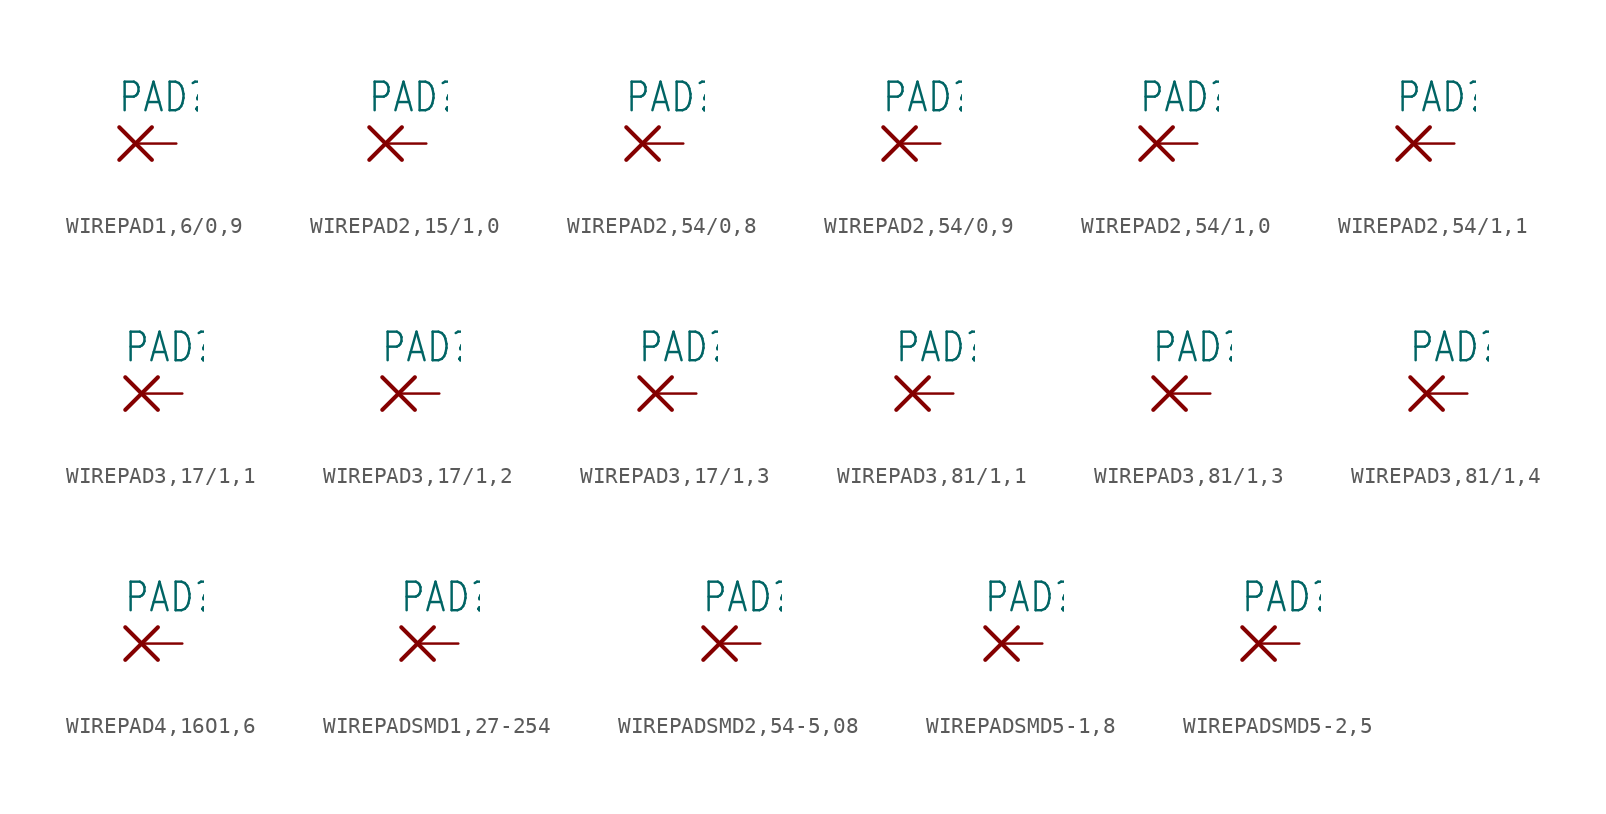
<source format=kicad_sym>
(kicad_symbol_lib
  (version 20220914)
  (generator kicad_symbol_editor)
  (symbol "WIREPAD1,6/0,9"
    (property "Reference" "PAD"
      (at -1.143 1.854 0)
      (effects (font (size 1.778 1.511)) (justify left bottom)))
    (property "Value" ""
      (at -1.143 -3.302 0)
      (effects (font (size 1.778 1.511)) (justify left bottom)))
    (property "ki_locked" ""
      (at 0 0 0)
      (effects (font (size 1.27 1.27))))
    (symbol "WIREPAD1,6/0,9_1_0"
      (polyline (pts (xy -1.016 -1.016) (xy 1.016 1.016)) (stroke (width 0.254) (type solid)) (fill (type none)))
      (polyline (pts (xy -1.016 1.016) (xy 1.016 -1.016)) (stroke (width 0.254) (type solid)) (fill (type none)))
      (pin passive line (at 2.54 0 180) (length 2.54) (name "P" (effects (font (size 0 0)))) (number "1" (effects (font (size 0 0)))))))
  (symbol "WIREPAD2,15/1,0"
    (property "Reference" "PAD"
      (at -1.143 1.854 0)
      (effects (font (size 1.778 1.511)) (justify left bottom)))
    (property "Value" ""
      (at -1.143 -3.302 0)
      (effects (font (size 1.778 1.511)) (justify left bottom)))
    (property "ki_locked" ""
      (at 0 0 0)
      (effects (font (size 1.27 1.27))))
    (symbol "WIREPAD2,15/1,0_1_0"
      (polyline (pts (xy -1.016 -1.016) (xy 1.016 1.016)) (stroke (width 0.254) (type solid)) (fill (type none)))
      (polyline (pts (xy -1.016 1.016) (xy 1.016 -1.016)) (stroke (width 0.254) (type solid)) (fill (type none)))
      (pin passive line (at 2.54 0 180) (length 2.54) (name "P" (effects (font (size 0 0)))) (number "1" (effects (font (size 0 0)))))))
  (symbol "WIREPAD2,54/0,8"
    (property "Reference" "PAD"
      (at -1.143 1.854 0)
      (effects (font (size 1.778 1.511)) (justify left bottom)))
    (property "Value" ""
      (at -1.143 -3.302 0)
      (effects (font (size 1.778 1.511)) (justify left bottom)))
    (property "ki_locked" ""
      (at 0 0 0)
      (effects (font (size 1.27 1.27))))
    (symbol "WIREPAD2,54/0,8_1_0"
      (polyline (pts (xy -1.016 -1.016) (xy 1.016 1.016)) (stroke (width 0.254) (type solid)) (fill (type none)))
      (polyline (pts (xy -1.016 1.016) (xy 1.016 -1.016)) (stroke (width 0.254) (type solid)) (fill (type none)))
      (pin passive line (at 2.54 0 180) (length 2.54) (name "P" (effects (font (size 0 0)))) (number "1" (effects (font (size 0 0)))))))
  (symbol "WIREPAD2,54/0,9"
    (property "Reference" "PAD"
      (at -1.143 1.854 0)
      (effects (font (size 1.778 1.511)) (justify left bottom)))
    (property "Value" ""
      (at -1.143 -3.302 0)
      (effects (font (size 1.778 1.511)) (justify left bottom)))
    (property "ki_locked" ""
      (at 0 0 0)
      (effects (font (size 1.27 1.27))))
    (symbol "WIREPAD2,54/0,9_1_0"
      (polyline (pts (xy -1.016 -1.016) (xy 1.016 1.016)) (stroke (width 0.254) (type solid)) (fill (type none)))
      (polyline (pts (xy -1.016 1.016) (xy 1.016 -1.016)) (stroke (width 0.254) (type solid)) (fill (type none)))
      (pin passive line (at 2.54 0 180) (length 2.54) (name "P" (effects (font (size 0 0)))) (number "1" (effects (font (size 0 0)))))))
  (symbol "WIREPAD2,54/1,0"
    (property "Reference" "PAD"
      (at -1.143 1.854 0)
      (effects (font (size 1.778 1.511)) (justify left bottom)))
    (property "Value" ""
      (at -1.143 -3.302 0)
      (effects (font (size 1.778 1.511)) (justify left bottom)))
    (property "ki_locked" ""
      (at 0 0 0)
      (effects (font (size 1.27 1.27))))
    (symbol "WIREPAD2,54/1,0_1_0"
      (polyline (pts (xy -1.016 -1.016) (xy 1.016 1.016)) (stroke (width 0.254) (type solid)) (fill (type none)))
      (polyline (pts (xy -1.016 1.016) (xy 1.016 -1.016)) (stroke (width 0.254) (type solid)) (fill (type none)))
      (pin passive line (at 2.54 0 180) (length 2.54) (name "P" (effects (font (size 0 0)))) (number "1" (effects (font (size 0 0)))))))
  (symbol "WIREPAD2,54/1,1"
    (property "Reference" "PAD"
      (at -1.143 1.854 0)
      (effects (font (size 1.778 1.511)) (justify left bottom)))
    (property "Value" ""
      (at -1.143 -3.302 0)
      (effects (font (size 1.778 1.511)) (justify left bottom)))
    (property "ki_locked" ""
      (at 0 0 0)
      (effects (font (size 1.27 1.27))))
    (symbol "WIREPAD2,54/1,1_1_0"
      (polyline (pts (xy -1.016 -1.016) (xy 1.016 1.016)) (stroke (width 0.254) (type solid)) (fill (type none)))
      (polyline (pts (xy -1.016 1.016) (xy 1.016 -1.016)) (stroke (width 0.254) (type solid)) (fill (type none)))
      (pin passive line (at 2.54 0 180) (length 2.54) (name "P" (effects (font (size 0 0)))) (number "1" (effects (font (size 0 0)))))))
  (symbol "WIREPAD3,17/1,1"
    (property "Reference" "PAD"
      (at -1.143 1.854 0)
      (effects (font (size 1.778 1.511)) (justify left bottom)))
    (property "Value" ""
      (at -1.143 -3.302 0)
      (effects (font (size 1.778 1.511)) (justify left bottom)))
    (property "ki_locked" ""
      (at 0 0 0)
      (effects (font (size 1.27 1.27))))
    (symbol "WIREPAD3,17/1,1_1_0"
      (polyline (pts (xy -1.016 -1.016) (xy 1.016 1.016)) (stroke (width 0.254) (type solid)) (fill (type none)))
      (polyline (pts (xy -1.016 1.016) (xy 1.016 -1.016)) (stroke (width 0.254) (type solid)) (fill (type none)))
      (pin passive line (at 2.54 0 180) (length 2.54) (name "P" (effects (font (size 0 0)))) (number "1" (effects (font (size 0 0)))))))
  (symbol "WIREPAD3,17/1,2"
    (property "Reference" "PAD"
      (at -1.143 1.854 0)
      (effects (font (size 1.778 1.511)) (justify left bottom)))
    (property "Value" ""
      (at -1.143 -3.302 0)
      (effects (font (size 1.778 1.511)) (justify left bottom)))
    (property "ki_locked" ""
      (at 0 0 0)
      (effects (font (size 1.27 1.27))))
    (symbol "WIREPAD3,17/1,2_1_0"
      (polyline (pts (xy -1.016 -1.016) (xy 1.016 1.016)) (stroke (width 0.254) (type solid)) (fill (type none)))
      (polyline (pts (xy -1.016 1.016) (xy 1.016 -1.016)) (stroke (width 0.254) (type solid)) (fill (type none)))
      (pin passive line (at 2.54 0 180) (length 2.54) (name "P" (effects (font (size 0 0)))) (number "1" (effects (font (size 0 0)))))))
  (symbol "WIREPAD3,17/1,3"
    (property "Reference" "PAD"
      (at -1.143 1.854 0)
      (effects (font (size 1.778 1.511)) (justify left bottom)))
    (property "Value" ""
      (at -1.143 -3.302 0)
      (effects (font (size 1.778 1.511)) (justify left bottom)))
    (property "ki_locked" ""
      (at 0 0 0)
      (effects (font (size 1.27 1.27))))
    (symbol "WIREPAD3,17/1,3_1_0"
      (polyline (pts (xy -1.016 -1.016) (xy 1.016 1.016)) (stroke (width 0.254) (type solid)) (fill (type none)))
      (polyline (pts (xy -1.016 1.016) (xy 1.016 -1.016)) (stroke (width 0.254) (type solid)) (fill (type none)))
      (pin passive line (at 2.54 0 180) (length 2.54) (name "P" (effects (font (size 0 0)))) (number "1" (effects (font (size 0 0)))))))
  (symbol "WIREPAD3,81/1,1"
    (property "Reference" "PAD"
      (at -1.143 1.854 0)
      (effects (font (size 1.778 1.511)) (justify left bottom)))
    (property "Value" ""
      (at -1.143 -3.302 0)
      (effects (font (size 1.778 1.511)) (justify left bottom)))
    (property "ki_locked" ""
      (at 0 0 0)
      (effects (font (size 1.27 1.27))))
    (symbol "WIREPAD3,81/1,1_1_0"
      (polyline (pts (xy -1.016 -1.016) (xy 1.016 1.016)) (stroke (width 0.254) (type solid)) (fill (type none)))
      (polyline (pts (xy -1.016 1.016) (xy 1.016 -1.016)) (stroke (width 0.254) (type solid)) (fill (type none)))
      (pin passive line (at 2.54 0 180) (length 2.54) (name "P" (effects (font (size 0 0)))) (number "1" (effects (font (size 0 0)))))))
  (symbol "WIREPAD3,81/1,3"
    (property "Reference" "PAD"
      (at -1.143 1.854 0)
      (effects (font (size 1.778 1.511)) (justify left bottom)))
    (property "Value" ""
      (at -1.143 -3.302 0)
      (effects (font (size 1.778 1.511)) (justify left bottom)))
    (property "ki_locked" ""
      (at 0 0 0)
      (effects (font (size 1.27 1.27))))
    (symbol "WIREPAD3,81/1,3_1_0"
      (polyline (pts (xy -1.016 -1.016) (xy 1.016 1.016)) (stroke (width 0.254) (type solid)) (fill (type none)))
      (polyline (pts (xy -1.016 1.016) (xy 1.016 -1.016)) (stroke (width 0.254) (type solid)) (fill (type none)))
      (pin passive line (at 2.54 0 180) (length 2.54) (name "P" (effects (font (size 0 0)))) (number "1" (effects (font (size 0 0)))))))
  (symbol "WIREPAD3,81/1,4"
    (property "Reference" "PAD"
      (at -1.143 1.854 0)
      (effects (font (size 1.778 1.511)) (justify left bottom)))
    (property "Value" ""
      (at -1.143 -3.302 0)
      (effects (font (size 1.778 1.511)) (justify left bottom)))
    (property "ki_locked" ""
      (at 0 0 0)
      (effects (font (size 1.27 1.27))))
    (symbol "WIREPAD3,81/1,4_1_0"
      (polyline (pts (xy -1.016 -1.016) (xy 1.016 1.016)) (stroke (width 0.254) (type solid)) (fill (type none)))
      (polyline (pts (xy -1.016 1.016) (xy 1.016 -1.016)) (stroke (width 0.254) (type solid)) (fill (type none)))
      (pin passive line (at 2.54 0 180) (length 2.54) (name "P" (effects (font (size 0 0)))) (number "1" (effects (font (size 0 0)))))))
  (symbol "WIREPAD4,16O1,6"
    (property "Reference" "PAD"
      (at -1.143 1.854 0)
      (effects (font (size 1.778 1.511)) (justify left bottom)))
    (property "Value" ""
      (at -1.143 -3.302 0)
      (effects (font (size 1.778 1.511)) (justify left bottom)))
    (property "ki_locked" ""
      (at 0 0 0)
      (effects (font (size 1.27 1.27))))
    (symbol "WIREPAD4,16O1,6_1_0"
      (polyline (pts (xy -1.016 -1.016) (xy 1.016 1.016)) (stroke (width 0.254) (type solid)) (fill (type none)))
      (polyline (pts (xy -1.016 1.016) (xy 1.016 -1.016)) (stroke (width 0.254) (type solid)) (fill (type none)))
      (pin passive line (at 2.54 0 180) (length 2.54) (name "P" (effects (font (size 0 0)))) (number "1" (effects (font (size 0 0)))))))
  (symbol "WIREPADSMD1,27-254"
    (property "Reference" "PAD"
      (at -1.143 1.854 0)
      (effects (font (size 1.778 1.511)) (justify left bottom)))
    (property "Value" ""
      (at -1.143 -3.302 0)
      (effects (font (size 1.778 1.511)) (justify left bottom)))
    (property "ki_locked" ""
      (at 0 0 0)
      (effects (font (size 1.27 1.27))))
    (symbol "WIREPADSMD1,27-254_1_0"
      (polyline (pts (xy -1.016 -1.016) (xy 1.016 1.016)) (stroke (width 0.254) (type solid)) (fill (type none)))
      (polyline (pts (xy -1.016 1.016) (xy 1.016 -1.016)) (stroke (width 0.254) (type solid)) (fill (type none)))
      (pin passive line (at 2.54 0 180) (length 2.54) (name "P" (effects (font (size 0 0)))) (number "1" (effects (font (size 0 0)))))))
  (symbol "WIREPADSMD2,54-5,08"
    (property "Reference" "PAD"
      (at -1.143 1.854 0)
      (effects (font (size 1.778 1.511)) (justify left bottom)))
    (property "Value" ""
      (at -1.143 -3.302 0)
      (effects (font (size 1.778 1.511)) (justify left bottom)))
    (property "ki_locked" ""
      (at 0 0 0)
      (effects (font (size 1.27 1.27))))
    (symbol "WIREPADSMD2,54-5,08_1_0"
      (polyline (pts (xy -1.016 -1.016) (xy 1.016 1.016)) (stroke (width 0.254) (type solid)) (fill (type none)))
      (polyline (pts (xy -1.016 1.016) (xy 1.016 -1.016)) (stroke (width 0.254) (type solid)) (fill (type none)))
      (pin passive line (at 2.54 0 180) (length 2.54) (name "P" (effects (font (size 0 0)))) (number "1" (effects (font (size 0 0)))))))
  (symbol "WIREPADSMD5-1,8"
    (property "Reference" "PAD"
      (at -1.143 1.854 0)
      (effects (font (size 1.778 1.511)) (justify left bottom)))
    (property "Value" ""
      (at -1.143 -3.302 0)
      (effects (font (size 1.778 1.511)) (justify left bottom)))
    (property "ki_locked" ""
      (at 0 0 0)
      (effects (font (size 1.27 1.27))))
    (symbol "WIREPADSMD5-1,8_1_0"
      (polyline (pts (xy -1.016 -1.016) (xy 1.016 1.016)) (stroke (width 0.254) (type solid)) (fill (type none)))
      (polyline (pts (xy -1.016 1.016) (xy 1.016 -1.016)) (stroke (width 0.254) (type solid)) (fill (type none)))
      (pin passive line (at 2.54 0 180) (length 2.54) (name "P" (effects (font (size 0 0)))) (number "1" (effects (font (size 0 0)))))))
  (symbol "WIREPADSMD5-2,5"
    (property "Reference" "PAD"
      (at -1.143 1.854 0)
      (effects (font (size 1.778 1.511)) (justify left bottom)))
    (property "Value" ""
      (at -1.143 -3.302 0)
      (effects (font (size 1.778 1.511)) (justify left bottom)))
    (property "ki_locked" ""
      (at 0 0 0)
      (effects (font (size 1.27 1.27))))
    (symbol "WIREPADSMD5-2,5_1_0"
      (polyline (pts (xy -1.016 -1.016) (xy 1.016 1.016)) (stroke (width 0.254) (type solid)) (fill (type none)))
      (polyline (pts (xy -1.016 1.016) (xy 1.016 -1.016)) (stroke (width 0.254) (type solid)) (fill (type none)))
      (pin passive line (at 2.54 0 180) (length 2.54) (name "P" (effects (font (size 0 0)))) (number "1" (effects (font (size 0 0))))))))
</source>
